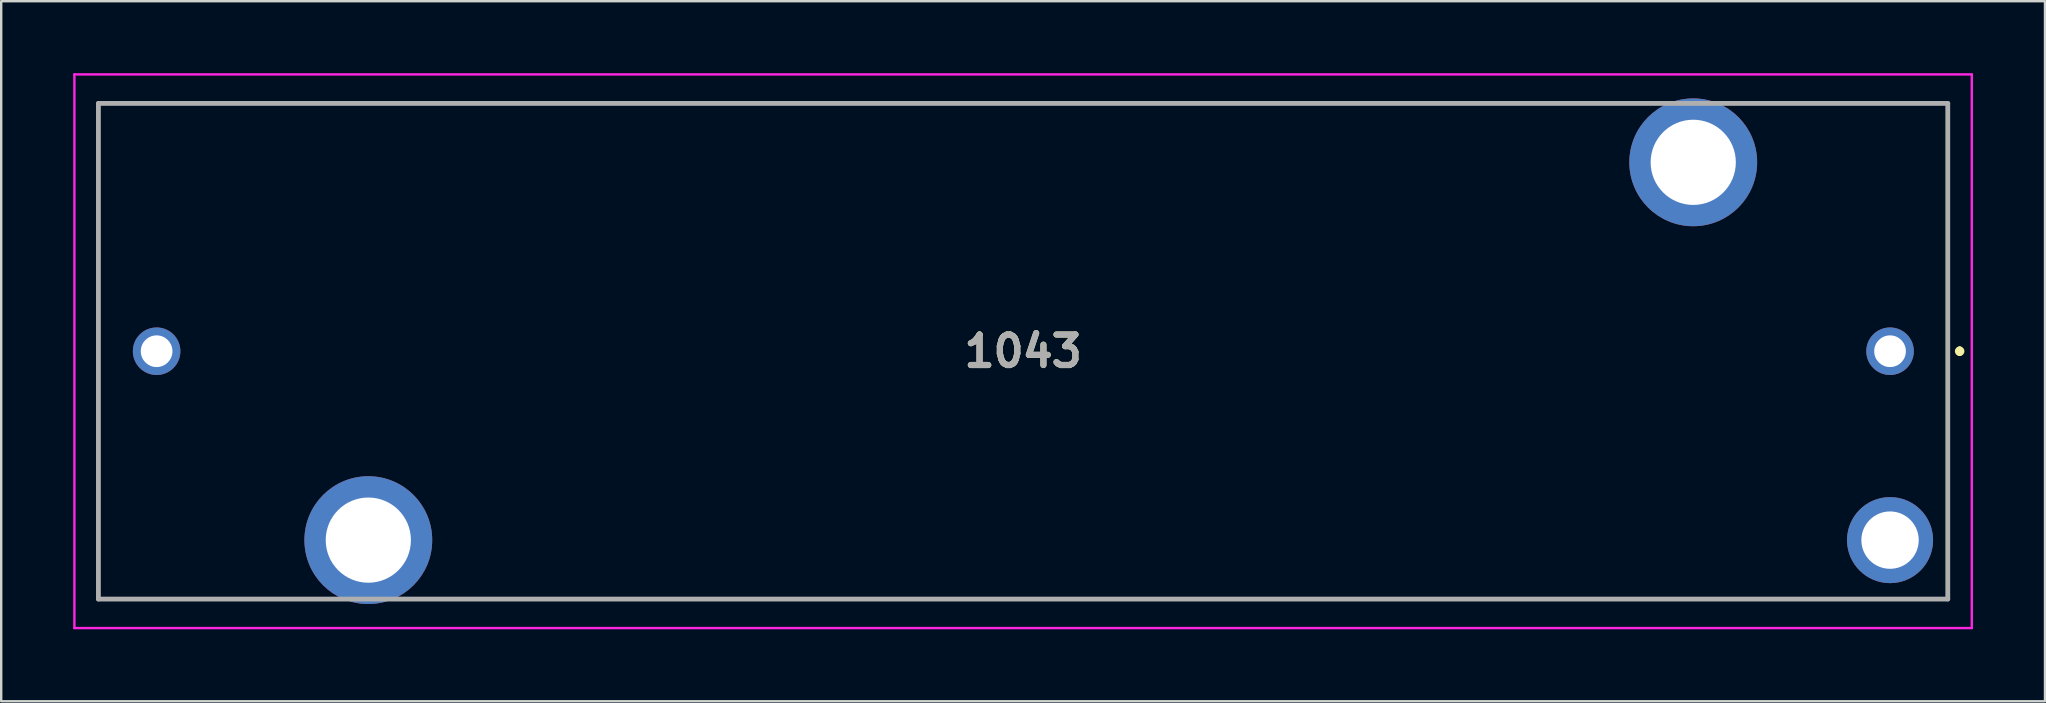
<source format=kicad_pcb>
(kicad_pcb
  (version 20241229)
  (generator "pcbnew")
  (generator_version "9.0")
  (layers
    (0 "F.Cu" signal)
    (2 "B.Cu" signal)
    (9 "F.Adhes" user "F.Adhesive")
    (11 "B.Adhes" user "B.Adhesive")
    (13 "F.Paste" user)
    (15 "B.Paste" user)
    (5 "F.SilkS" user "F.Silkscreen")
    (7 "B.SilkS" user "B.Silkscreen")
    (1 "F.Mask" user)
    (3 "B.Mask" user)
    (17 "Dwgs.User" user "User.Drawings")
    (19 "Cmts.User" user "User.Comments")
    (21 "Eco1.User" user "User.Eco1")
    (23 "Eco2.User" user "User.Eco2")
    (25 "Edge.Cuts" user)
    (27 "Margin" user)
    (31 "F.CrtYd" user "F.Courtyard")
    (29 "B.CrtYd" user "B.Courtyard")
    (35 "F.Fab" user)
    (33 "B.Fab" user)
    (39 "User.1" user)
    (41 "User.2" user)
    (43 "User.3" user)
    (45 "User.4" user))
  (footprint "1043"
    (layer "F.Cu")
    (at 75.695 11.583)
    (property "Reference" "1043" (at -36.12 0 0) (layer "F.SilkS") (effects (font (size 1.27 1.27) (thickness 0.254))))
    (attr through_hole)
    (fp_line (start -74.645 -10.325) (end -74.645 -10.325) (stroke (width 0.1) (type solid)) (layer "F.SilkS"))
    (fp_line (start -74.645 -10.325) (end -74.645 10.325) (stroke (width 0.1) (type solid)) (layer "F.SilkS"))
    (fp_line (start -74.645 10.325) (end -74.645 -10.325) (stroke (width 0.1) (type solid)) (layer "F.SilkS"))
    (fp_line (start -74.645 10.325) (end -74.645 10.325) (stroke (width 0.1) (type solid)) (layer "F.SilkS"))
    (fp_line (start 2.405 -10.325) (end 2.405 -10.325) (stroke (width 0.1) (type solid)) (layer "F.SilkS"))
    (fp_line (start 2.405 -10.325) (end 2.405 10.325) (stroke (width 0.1) (type solid)) (layer "F.SilkS"))
    (fp_line (start 2.405 10.325) (end 2.405 -10.325) (stroke (width 0.1) (type solid)) (layer "F.SilkS"))
    (fp_line (start 2.405 10.325) (end 2.405 10.325) (stroke (width 0.1) (type solid)) (layer "F.SilkS"))
    (fp_line (start 2.9 -0.1) (end 2.9 -0.1) (stroke (width 0.2) (type solid)) (layer "F.SilkS"))
    (fp_line (start 2.9 0.1) (end 2.9 0.1) (stroke (width 0.2) (type solid)) (layer "F.SilkS"))
    (fp_arc (start 2.9 -0.1) (mid 3 0) (end 2.9 0.1) (stroke (width 0.2) (type solid)) (layer "F.SilkS"))
    (fp_arc (start 2.9 0.1) (mid 2.8 0) (end 2.9 -0.1) (stroke (width 0.2) (type solid)) (layer "F.SilkS"))
    (fp_line (start -75.645 -11.533) (end 3.405 -11.533) (stroke (width 0.1) (type solid)) (layer "F.CrtYd"))
    (fp_line (start -75.645 11.533) (end -75.645 -11.533) (stroke (width 0.1) (type solid)) (layer "F.CrtYd"))
    (fp_line (start 3.405 -11.533) (end 3.405 11.533) (stroke (width 0.1) (type solid)) (layer "F.CrtYd"))
    (fp_line (start 3.405 11.533) (end -75.645 11.533) (stroke (width 0.1) (type solid)) (layer "F.CrtYd"))
    (fp_line (start -74.645 -10.325) (end -74.645 10.325) (stroke (width 0.2) (type solid)) (layer "F.Fab"))
    (fp_line (start -74.645 10.325) (end 2.405 10.325) (stroke (width 0.2) (type solid)) (layer "F.Fab"))
    (fp_line (start 2.405 -10.325) (end -74.645 -10.325) (stroke (width 0.2) (type solid)) (layer "F.Fab"))
    (fp_line (start 2.405 10.325) (end 2.405 -10.325) (stroke (width 0.2) (type solid)) (layer "F.Fab"))
    (fp_text user "${REFERENCE}" (at -36.12 0 0) (layer "F.Fab") (effects (font (size 1.27 1.27) (thickness 0.254))))
    (pad "1" thru_hole circle (at 0 0) (size 1.98 1.98) (drill 1.32) (layers "*.Cu" "*.Mask"))
    (pad "2" thru_hole circle (at -72.22 0) (size 1.98 1.98) (drill 1.32) (layers "*.Cu" "*.Mask"))
    (pad "MH1" thru_hole circle (at -63.4 7.87) (size 5.325 5.325) (drill 3.55) (layers "*.Cu" "*.Mask"))
    (pad "MH2" thru_hole circle (at 0 7.87) (size 3.585 3.585) (drill 2.39) (layers "*.Cu" "*.Mask"))
    (pad "MH3" thru_hole circle (at -8.2 -7.87) (size 5.325 5.325) (drill 3.55) (layers "*.Cu" "*.Mask")))
  (gr_rect
    (start -3 -3)
    (end 82.15 26.166)
    (stroke (width 0.1) (type default))
    (fill no)
    (layer "Edge.Cuts")))
</source>
